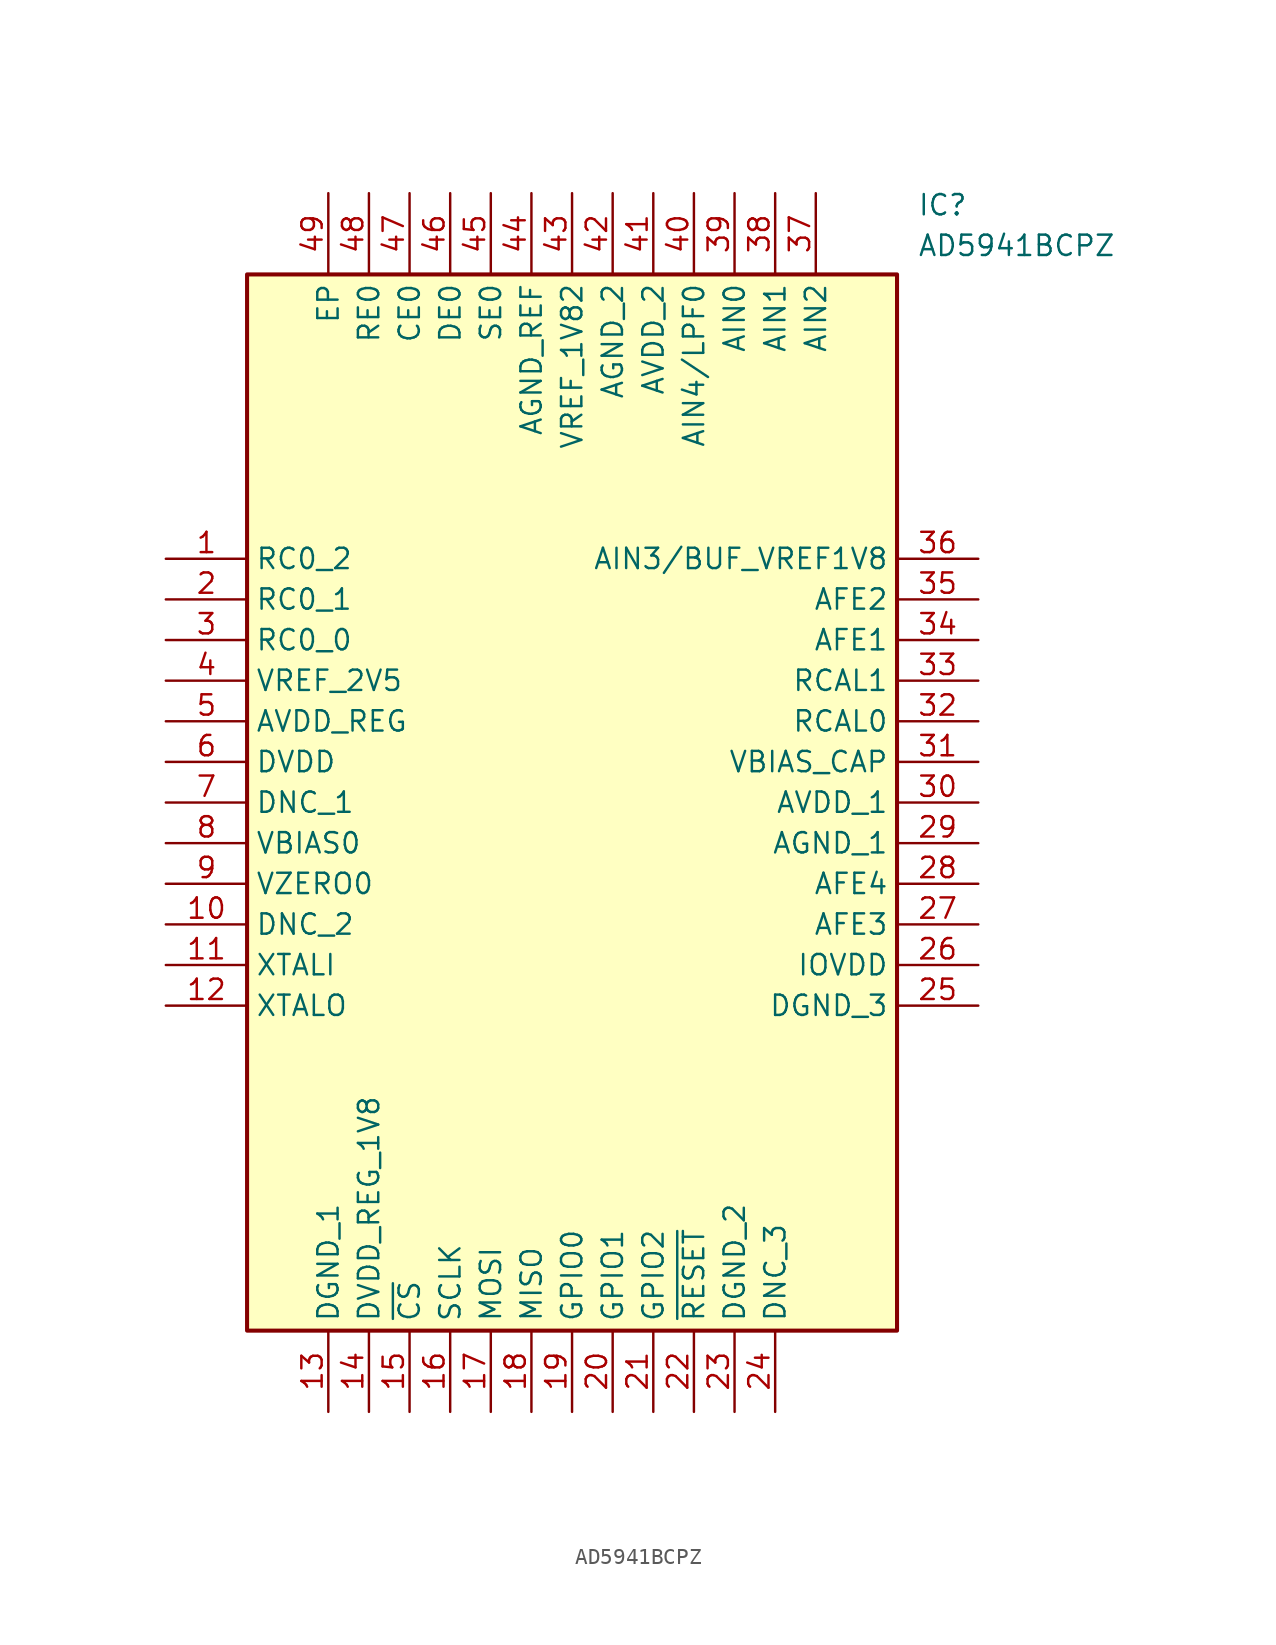
<source format=kicad_sym>
(kicad_symbol_lib
  (version 20241209)
  (generator "kicad_symbol_editor")
  (generator_version "9.0")
  (symbol "AD5941BCPZ"
    (property "Reference" "IC"
      (at 46.99 22.86 0)
      (effects (font (size 1.27 1.27)) (justify left top)))
    (property "Value" "AD5941BCPZ"
      (at 46.99 20.32 0)
      (effects (font (size 1.27 1.27)) (justify left top)))
    (symbol "AD5941BCPZ_1_1"
      (rectangle (start 5.08 17.78) (end 45.72 -48.26) (stroke (width 0.254) (type default)) (fill (type background)))
      (pin passive line (at 0 0 0) (length 5.08) (name "RC0_2" (effects (font (size 1.27 1.27)))) (number "1" (effects (font (size 1.27 1.27)))))
      (pin passive line (at 0 -2.54 0) (length 5.08) (name "RC0_1" (effects (font (size 1.27 1.27)))) (number "2" (effects (font (size 1.27 1.27)))))
      (pin passive line (at 0 -5.08 0) (length 5.08) (name "RC0_0" (effects (font (size 1.27 1.27)))) (number "3" (effects (font (size 1.27 1.27)))))
      (pin passive line (at 0 -7.62 0) (length 5.08) (name "VREF_2V5" (effects (font (size 1.27 1.27)))) (number "4" (effects (font (size 1.27 1.27)))))
      (pin passive line (at 0 -10.16 0) (length 5.08) (name "AVDD_REG" (effects (font (size 1.27 1.27)))) (number "5" (effects (font (size 1.27 1.27)))))
      (pin passive line (at 0 -12.7 0) (length 5.08) (name "DVDD" (effects (font (size 1.27 1.27)))) (number "6" (effects (font (size 1.27 1.27)))))
      (pin passive line (at 0 -15.24 0) (length 5.08) (name "DNC_1" (effects (font (size 1.27 1.27)))) (number "7" (effects (font (size 1.27 1.27)))))
      (pin passive line (at 0 -17.78 0) (length 5.08) (name "VBIAS0" (effects (font (size 1.27 1.27)))) (number "8" (effects (font (size 1.27 1.27)))))
      (pin passive line (at 0 -20.32 0) (length 5.08) (name "VZERO0" (effects (font (size 1.27 1.27)))) (number "9" (effects (font (size 1.27 1.27)))))
      (pin passive line (at 0 -22.86 0) (length 5.08) (name "DNC_2" (effects (font (size 1.27 1.27)))) (number "10" (effects (font (size 1.27 1.27)))))
      (pin passive line (at 0 -25.4 0) (length 5.08) (name "XTALI" (effects (font (size 1.27 1.27)))) (number "11" (effects (font (size 1.27 1.27)))))
      (pin passive line (at 0 -27.94 0) (length 5.08) (name "XTALO" (effects (font (size 1.27 1.27)))) (number "12" (effects (font (size 1.27 1.27)))))
      (pin passive line (at 10.16 22.86 270) (length 5.08) (name "EP" (effects (font (size 1.27 1.27)))) (number "49" (effects (font (size 1.27 1.27)))))
      (pin passive line (at 10.16 -53.34 90) (length 5.08) (name "DGND_1" (effects (font (size 1.27 1.27)))) (number "13" (effects (font (size 1.27 1.27)))))
      (pin passive line (at 12.7 22.86 270) (length 5.08) (name "RE0" (effects (font (size 1.27 1.27)))) (number "48" (effects (font (size 1.27 1.27)))))
      (pin passive line (at 12.7 -53.34 90) (length 5.08) (name "DVDD_REG_1V8" (effects (font (size 1.27 1.27)))) (number "14" (effects (font (size 1.27 1.27)))))
      (pin passive line (at 15.24 22.86 270) (length 5.08) (name "CE0" (effects (font (size 1.27 1.27)))) (number "47" (effects (font (size 1.27 1.27)))))
      (pin passive line (at 15.24 -53.34 90) (length 5.08) (name "~{CS}" (effects (font (size 1.27 1.27)))) (number "15" (effects (font (size 1.27 1.27)))))
      (pin passive line (at 17.78 22.86 270) (length 5.08) (name "DE0" (effects (font (size 1.27 1.27)))) (number "46" (effects (font (size 1.27 1.27)))))
      (pin passive line (at 17.78 -53.34 90) (length 5.08) (name "SCLK" (effects (font (size 1.27 1.27)))) (number "16" (effects (font (size 1.27 1.27)))))
      (pin passive line (at 20.32 22.86 270) (length 5.08) (name "SE0" (effects (font (size 1.27 1.27)))) (number "45" (effects (font (size 1.27 1.27)))))
      (pin passive line (at 20.32 -53.34 90) (length 5.08) (name "MOSI" (effects (font (size 1.27 1.27)))) (number "17" (effects (font (size 1.27 1.27)))))
      (pin passive line (at 22.86 22.86 270) (length 5.08) (name "AGND_REF" (effects (font (size 1.27 1.27)))) (number "44" (effects (font (size 1.27 1.27)))))
      (pin passive line (at 22.86 -53.34 90) (length 5.08) (name "MISO" (effects (font (size 1.27 1.27)))) (number "18" (effects (font (size 1.27 1.27)))))
      (pin passive line (at 25.4 22.86 270) (length 5.08) (name "VREF_1V82" (effects (font (size 1.27 1.27)))) (number "43" (effects (font (size 1.27 1.27)))))
      (pin passive line (at 25.4 -53.34 90) (length 5.08) (name "GPIO0" (effects (font (size 1.27 1.27)))) (number "19" (effects (font (size 1.27 1.27)))))
      (pin passive line (at 27.94 22.86 270) (length 5.08) (name "AGND_2" (effects (font (size 1.27 1.27)))) (number "42" (effects (font (size 1.27 1.27)))))
      (pin passive line (at 27.94 -53.34 90) (length 5.08) (name "GPIO1" (effects (font (size 1.27 1.27)))) (number "20" (effects (font (size 1.27 1.27)))))
      (pin passive line (at 30.48 22.86 270) (length 5.08) (name "AVDD_2" (effects (font (size 1.27 1.27)))) (number "41" (effects (font (size 1.27 1.27)))))
      (pin passive line (at 30.48 -53.34 90) (length 5.08) (name "GPIO2" (effects (font (size 1.27 1.27)))) (number "21" (effects (font (size 1.27 1.27)))))
      (pin passive line (at 33.02 22.86 270) (length 5.08) (name "AIN4/LPF0" (effects (font (size 1.27 1.27)))) (number "40" (effects (font (size 1.27 1.27)))))
      (pin passive line (at 33.02 -53.34 90) (length 5.08) (name "~{RESET}" (effects (font (size 1.27 1.27)))) (number "22" (effects (font (size 1.27 1.27)))))
      (pin passive line (at 35.56 22.86 270) (length 5.08) (name "AIN0" (effects (font (size 1.27 1.27)))) (number "39" (effects (font (size 1.27 1.27)))))
      (pin passive line (at 35.56 -53.34 90) (length 5.08) (name "DGND_2" (effects (font (size 1.27 1.27)))) (number "23" (effects (font (size 1.27 1.27)))))
      (pin passive line (at 38.1 22.86 270) (length 5.08) (name "AIN1" (effects (font (size 1.27 1.27)))) (number "38" (effects (font (size 1.27 1.27)))))
      (pin passive line (at 38.1 -53.34 90) (length 5.08) (name "DNC_3" (effects (font (size 1.27 1.27)))) (number "24" (effects (font (size 1.27 1.27)))))
      (pin passive line (at 40.64 22.86 270) (length 5.08) (name "AIN2" (effects (font (size 1.27 1.27)))) (number "37" (effects (font (size 1.27 1.27)))))
      (pin passive line (at 50.8 0 180) (length 5.08) (name "AIN3/BUF_VREF1V8" (effects (font (size 1.27 1.27)))) (number "36" (effects (font (size 1.27 1.27)))))
      (pin passive line (at 50.8 -2.54 180) (length 5.08) (name "AFE2" (effects (font (size 1.27 1.27)))) (number "35" (effects (font (size 1.27 1.27)))))
      (pin passive line (at 50.8 -5.08 180) (length 5.08) (name "AFE1" (effects (font (size 1.27 1.27)))) (number "34" (effects (font (size 1.27 1.27)))))
      (pin passive line (at 50.8 -7.62 180) (length 5.08) (name "RCAL1" (effects (font (size 1.27 1.27)))) (number "33" (effects (font (size 1.27 1.27)))))
      (pin passive line (at 50.8 -10.16 180) (length 5.08) (name "RCAL0" (effects (font (size 1.27 1.27)))) (number "32" (effects (font (size 1.27 1.27)))))
      (pin passive line (at 50.8 -12.7 180) (length 5.08) (name "VBIAS_CAP" (effects (font (size 1.27 1.27)))) (number "31" (effects (font (size 1.27 1.27)))))
      (pin passive line (at 50.8 -15.24 180) (length 5.08) (name "AVDD_1" (effects (font (size 1.27 1.27)))) (number "30" (effects (font (size 1.27 1.27)))))
      (pin passive line (at 50.8 -17.78 180) (length 5.08) (name "AGND_1" (effects (font (size 1.27 1.27)))) (number "29" (effects (font (size 1.27 1.27)))))
      (pin passive line (at 50.8 -20.32 180) (length 5.08) (name "AFE4" (effects (font (size 1.27 1.27)))) (number "28" (effects (font (size 1.27 1.27)))))
      (pin passive line (at 50.8 -22.86 180) (length 5.08) (name "AFE3" (effects (font (size 1.27 1.27)))) (number "27" (effects (font (size 1.27 1.27)))))
      (pin passive line (at 50.8 -25.4 180) (length 5.08) (name "IOVDD" (effects (font (size 1.27 1.27)))) (number "26" (effects (font (size 1.27 1.27)))))
      (pin passive line (at 50.8 -27.94 180) (length 5.08) (name "DGND_3" (effects (font (size 1.27 1.27)))) (number "25" (effects (font (size 1.27 1.27))))))))
</source>
